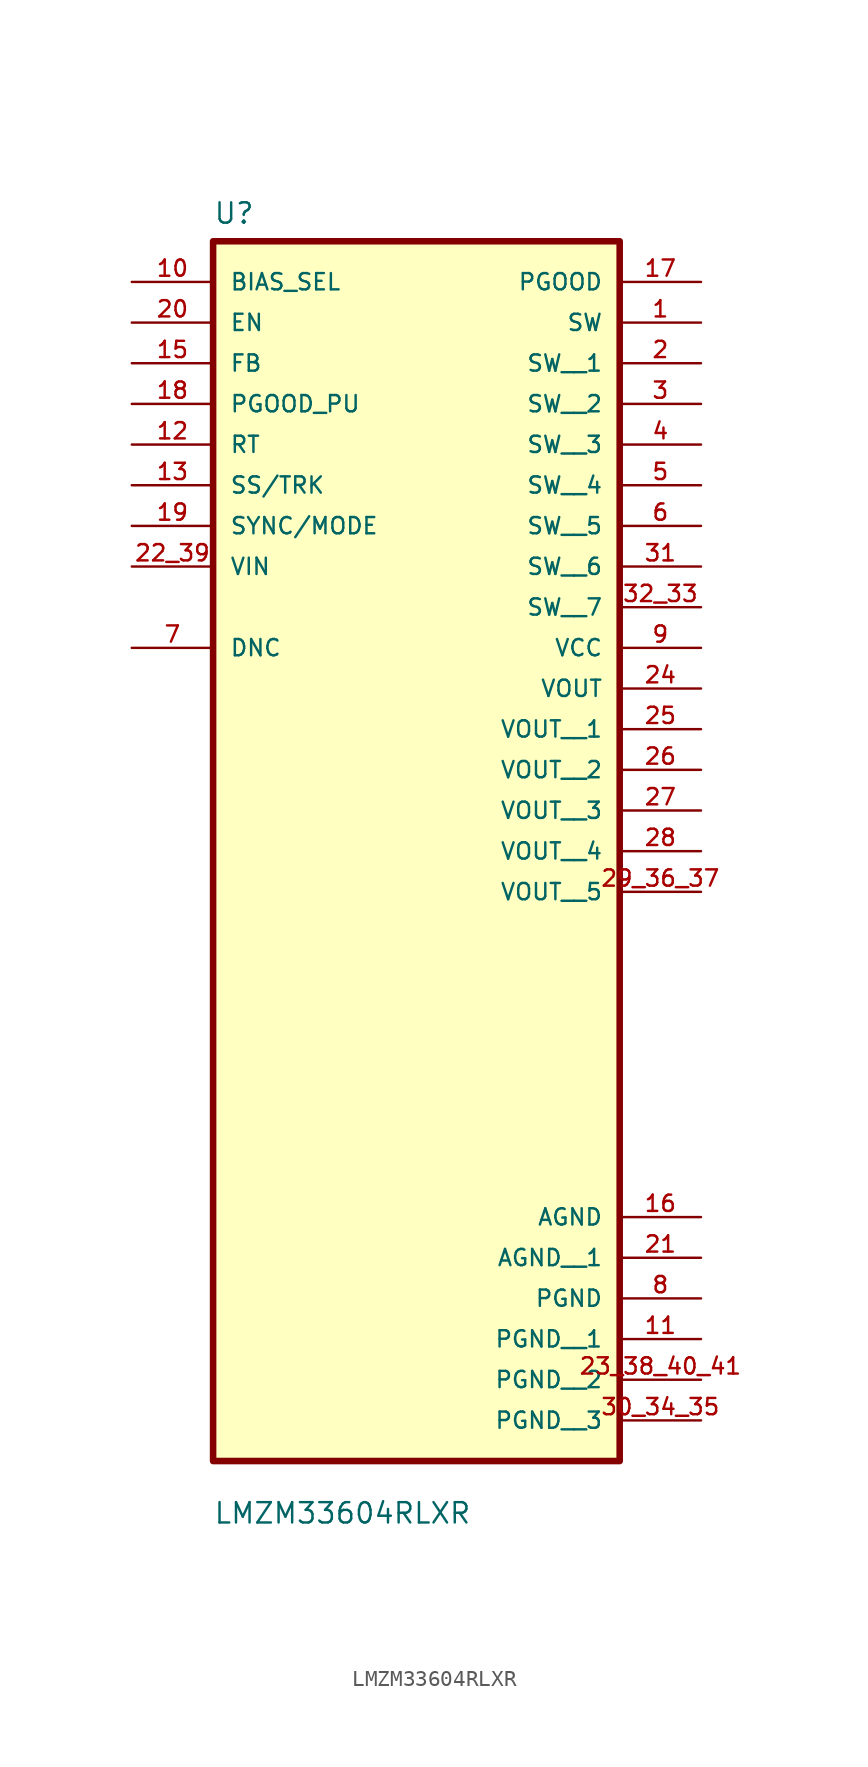
<source format=kicad_sym>
(kicad_symbol_lib
  (version 20211014)
  (generator kicad_symbol_editor)
  (symbol "LMZM33604RLXR"
    (pin_names
      (offset 1.016))
    (property "Reference" "U"
      (at -12.7 18.78 0.0)
      (effects (font (size 1.27 1.27)) (justify bottom left)))
    (property "Value" "LMZM33604RLXR"
      (at -12.7 -62.42 0.0)
      (effects (font (size 1.27 1.27)) (justify bottom left)))
    (symbol "LMZM33604RLXR_0_0"
      (rectangle (start -12.7 -58.42) (end 12.7 17.78) (stroke (width 0.41)) (fill (type background)))
      (pin input line (at -17.78 15.24 0) (length 5.08) (name "BIAS_SEL" (effects (font (size 1.016 1.016)))) (number "10" (effects (font (size 1.016 1.016)))))
      (pin input line (at -17.78 12.7 0) (length 5.08) (name "EN" (effects (font (size 1.016 1.016)))) (number "20" (effects (font (size 1.016 1.016)))))
      (pin input line (at -17.78 10.16 0) (length 5.08) (name "FB" (effects (font (size 1.016 1.016)))) (number "15" (effects (font (size 1.016 1.016)))))
      (pin input line (at -17.78 7.62 0) (length 5.08) (name "PGOOD_PU" (effects (font (size 1.016 1.016)))) (number "18" (effects (font (size 1.016 1.016)))))
      (pin input line (at -17.78 5.08 0) (length 5.08) (name "RT" (effects (font (size 1.016 1.016)))) (number "12" (effects (font (size 1.016 1.016)))))
      (pin input line (at -17.78 2.54 0) (length 5.08) (name "SS/TRK" (effects (font (size 1.016 1.016)))) (number "13" (effects (font (size 1.016 1.016)))))
      (pin input line (at -17.78 0.0 0) (length 5.08) (name "SYNC/MODE" (effects (font (size 1.016 1.016)))) (number "19" (effects (font (size 1.016 1.016)))))
      (pin input line (at -17.78 -2.54 0) (length 5.08) (name "VIN" (effects (font (size 1.016 1.016)))) (number "22_39" (effects (font (size 1.016 1.016)))))
      (pin bidirectional line (at -17.78 -7.62 0) (length 5.08) (name "DNC" (effects (font (size 1.016 1.016)))) (number "7" (effects (font (size 1.016 1.016)))))
      (pin output line (at 17.78 15.24 180.0) (length 5.08) (name "PGOOD" (effects (font (size 1.016 1.016)))) (number "17" (effects (font (size 1.016 1.016)))))
      (pin output line (at 17.78 12.7 180.0) (length 5.08) (name "SW" (effects (font (size 1.016 1.016)))) (number "1" (effects (font (size 1.016 1.016)))))
      (pin output line (at 17.78 -7.62 180.0) (length 5.08) (name "VCC" (effects (font (size 1.016 1.016)))) (number "9" (effects (font (size 1.016 1.016)))))
      (pin output line (at 17.78 -10.16 180.0) (length 5.08) (name "VOUT" (effects (font (size 1.016 1.016)))) (number "24" (effects (font (size 1.016 1.016)))))
      (pin power_in line (at 17.78 -43.18 180.0) (length 5.08) (name "AGND" (effects (font (size 1.016 1.016)))) (number "16" (effects (font (size 1.016 1.016)))))
      (pin power_in line (at 17.78 -48.26 180.0) (length 5.08) (name "PGND" (effects (font (size 1.016 1.016)))) (number "8" (effects (font (size 1.016 1.016)))))
      (pin output line (at 17.78 10.16 180.0) (length 5.08) (name "SW__1" (effects (font (size 1.016 1.016)))) (number "2" (effects (font (size 1.016 1.016)))))
      (pin output line (at 17.78 7.62 180.0) (length 5.08) (name "SW__2" (effects (font (size 1.016 1.016)))) (number "3" (effects (font (size 1.016 1.016)))))
      (pin output line (at 17.78 5.08 180.0) (length 5.08) (name "SW__3" (effects (font (size 1.016 1.016)))) (number "4" (effects (font (size 1.016 1.016)))))
      (pin output line (at 17.78 2.54 180.0) (length 5.08) (name "SW__4" (effects (font (size 1.016 1.016)))) (number "5" (effects (font (size 1.016 1.016)))))
      (pin output line (at 17.78 0.0 180.0) (length 5.08) (name "SW__5" (effects (font (size 1.016 1.016)))) (number "6" (effects (font (size 1.016 1.016)))))
      (pin output line (at 17.78 -2.54 180.0) (length 5.08) (name "SW__6" (effects (font (size 1.016 1.016)))) (number "31" (effects (font (size 1.016 1.016)))))
      (pin output line (at 17.78 -5.08 180.0) (length 5.08) (name "SW__7" (effects (font (size 1.016 1.016)))) (number "32_33" (effects (font (size 1.016 1.016)))))
      (pin output line (at 17.78 -12.7 180.0) (length 5.08) (name "VOUT__1" (effects (font (size 1.016 1.016)))) (number "25" (effects (font (size 1.016 1.016)))))
      (pin output line (at 17.78 -15.24 180.0) (length 5.08) (name "VOUT__2" (effects (font (size 1.016 1.016)))) (number "26" (effects (font (size 1.016 1.016)))))
      (pin output line (at 17.78 -17.78 180.0) (length 5.08) (name "VOUT__3" (effects (font (size 1.016 1.016)))) (number "27" (effects (font (size 1.016 1.016)))))
      (pin output line (at 17.78 -20.32 180.0) (length 5.08) (name "VOUT__4" (effects (font (size 1.016 1.016)))) (number "28" (effects (font (size 1.016 1.016)))))
      (pin output line (at 17.78 -22.86 180.0) (length 5.08) (name "VOUT__5" (effects (font (size 1.016 1.016)))) (number "29_36_37" (effects (font (size 1.016 1.016)))))
      (pin power_in line (at 17.78 -45.72 180.0) (length 5.08) (name "AGND__1" (effects (font (size 1.016 1.016)))) (number "21" (effects (font (size 1.016 1.016)))))
      (pin power_in line (at 17.78 -50.8 180.0) (length 5.08) (name "PGND__1" (effects (font (size 1.016 1.016)))) (number "11" (effects (font (size 1.016 1.016)))))
      (pin power_in line (at 17.78 -53.34 180.0) (length 5.08) (name "PGND__2" (effects (font (size 1.016 1.016)))) (number "23_38_40_41" (effects (font (size 1.016 1.016)))))
      (pin power_in line (at 17.78 -55.88 180.0) (length 5.08) (name "PGND__3" (effects (font (size 1.016 1.016)))) (number "30_34_35" (effects (font (size 1.016 1.016))))))))
</source>
